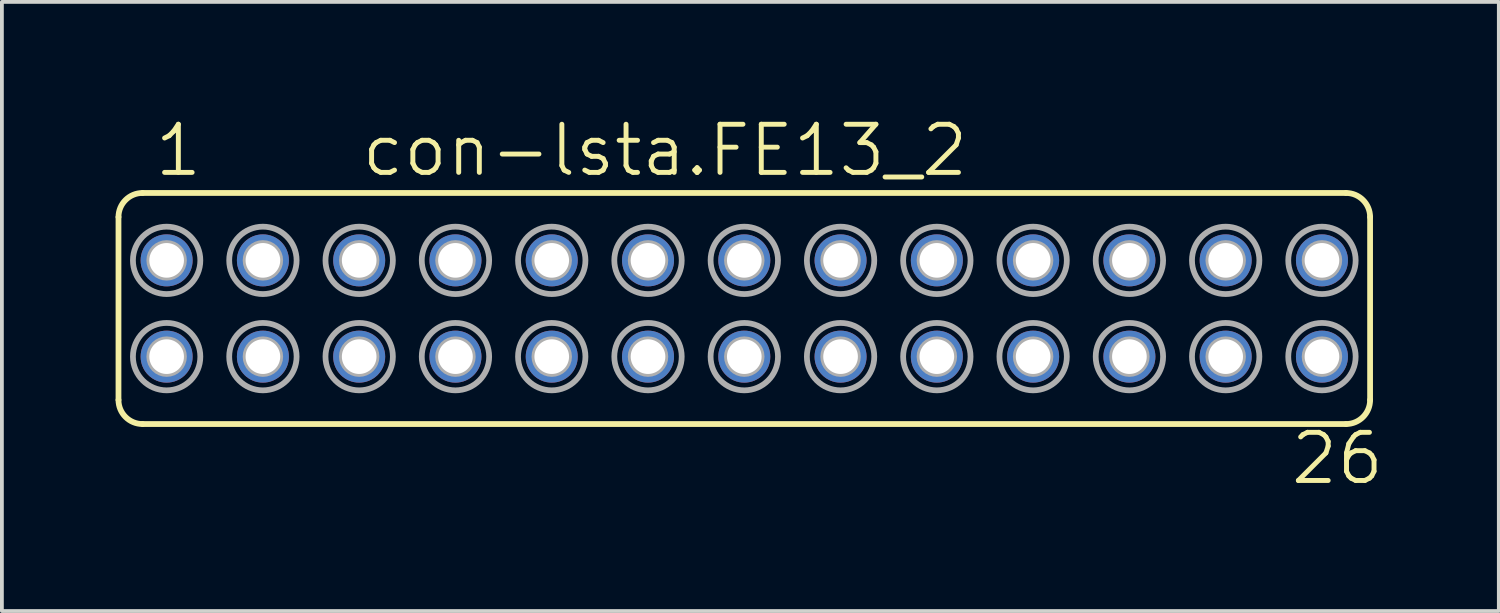
<source format=kicad_pcb>
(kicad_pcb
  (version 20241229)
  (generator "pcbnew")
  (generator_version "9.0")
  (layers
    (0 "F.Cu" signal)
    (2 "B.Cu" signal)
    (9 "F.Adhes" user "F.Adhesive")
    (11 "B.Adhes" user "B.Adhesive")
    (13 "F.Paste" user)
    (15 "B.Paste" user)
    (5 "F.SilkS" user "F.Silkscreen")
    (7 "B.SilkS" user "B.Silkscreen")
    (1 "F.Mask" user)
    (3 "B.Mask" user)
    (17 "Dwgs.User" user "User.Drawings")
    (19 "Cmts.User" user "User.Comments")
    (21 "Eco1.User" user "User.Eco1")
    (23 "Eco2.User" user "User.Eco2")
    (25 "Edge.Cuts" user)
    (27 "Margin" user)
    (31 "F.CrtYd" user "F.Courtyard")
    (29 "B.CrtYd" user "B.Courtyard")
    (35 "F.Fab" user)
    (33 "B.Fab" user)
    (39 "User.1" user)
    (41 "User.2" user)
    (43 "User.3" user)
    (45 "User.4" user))
  (footprint "con-lsta.FE13_2"
    (layer "F.Cu")
    (at 16.586 5.089)
    (property "Reference" "con-lsta.FE13_2" (at -10.16 -3.429 0) (layer "F.SilkS") (effects (font (size 1.27 1.27) (thickness 0.13)) (justify left bottom)))
    (attr through_hole)
    (fp_line (start -16.51 2.413) (end -16.51 -2.413) (stroke (width 0.152) (type default)) (layer "F.SilkS"))
    (fp_line (start -15.875 -3.048) (end 15.875 -3.048) (stroke (width 0.152) (type default)) (layer "F.SilkS"))
    (fp_line (start -15.875 3.048) (end 15.875 3.048) (stroke (width 0.152) (type default)) (layer "F.SilkS"))
    (fp_line (start 16.51 2.413) (end 16.51 -2.413) (stroke (width 0.152) (type default)) (layer "F.SilkS"))
    (fp_arc (start -16.51 -2.413) (mid -16.324013 -2.862013) (end -15.875 -3.048) (stroke (width 0.1524) (type default)) (layer "F.SilkS"))
    (fp_arc (start -15.875 3.048) (mid -16.324013 2.862013) (end -16.51 2.413) (stroke (width 0.1524) (type default)) (layer "F.SilkS"))
    (fp_arc (start 15.875 -3.048) (mid 16.324013 -2.862013) (end 16.51 -2.413) (stroke (width 0.1524) (type default)) (layer "F.SilkS"))
    (fp_arc (start 16.51 2.413) (mid 16.324013 2.862013) (end 15.875 3.048) (stroke (width 0.1524) (type default)) (layer "F.SilkS"))
    (fp_circle (center -15.24 -1.27) (end -15.113 -1.27) (stroke (width 0.406) (type default)) (fill no) (layer "F.Fab"))
    (fp_circle (center -15.24 -1.27) (end -14.351 -1.27) (stroke (width 0.152) (type default)) (fill no) (layer "F.Fab"))
    (fp_circle (center -15.24 1.27) (end -15.113 1.27) (stroke (width 0.406) (type default)) (fill no) (layer "F.Fab"))
    (fp_circle (center -15.24 1.27) (end -14.351 1.27) (stroke (width 0.152) (type default)) (fill no) (layer "F.Fab"))
    (fp_circle (center -12.7 -1.27) (end -12.573 -1.27) (stroke (width 0.406) (type default)) (fill no) (layer "F.Fab"))
    (fp_circle (center -12.7 -1.27) (end -11.811 -1.27) (stroke (width 0.152) (type default)) (fill no) (layer "F.Fab"))
    (fp_circle (center -12.7 1.27) (end -12.573 1.27) (stroke (width 0.406) (type default)) (fill no) (layer "F.Fab"))
    (fp_circle (center -12.7 1.27) (end -11.811 1.27) (stroke (width 0.152) (type default)) (fill no) (layer "F.Fab"))
    (fp_circle (center -10.16 -1.27) (end -10.033 -1.27) (stroke (width 0.406) (type default)) (fill no) (layer "F.Fab"))
    (fp_circle (center -10.16 -1.27) (end -9.271 -1.27) (stroke (width 0.152) (type default)) (fill no) (layer "F.Fab"))
    (fp_circle (center -10.16 1.27) (end -10.033 1.27) (stroke (width 0.406) (type default)) (fill no) (layer "F.Fab"))
    (fp_circle (center -10.16 1.27) (end -9.271 1.27) (stroke (width 0.152) (type default)) (fill no) (layer "F.Fab"))
    (fp_circle (center -7.62 -1.27) (end -7.493 -1.27) (stroke (width 0.406) (type default)) (fill no) (layer "F.Fab"))
    (fp_circle (center -7.62 -1.27) (end -6.731 -1.27) (stroke (width 0.152) (type default)) (fill no) (layer "F.Fab"))
    (fp_circle (center -7.62 1.27) (end -7.493 1.27) (stroke (width 0.406) (type default)) (fill no) (layer "F.Fab"))
    (fp_circle (center -7.62 1.27) (end -6.731 1.27) (stroke (width 0.152) (type default)) (fill no) (layer "F.Fab"))
    (fp_circle (center -5.08 -1.27) (end -4.953 -1.27) (stroke (width 0.406) (type default)) (fill no) (layer "F.Fab"))
    (fp_circle (center -5.08 -1.27) (end -4.191 -1.27) (stroke (width 0.152) (type default)) (fill no) (layer "F.Fab"))
    (fp_circle (center -5.08 1.27) (end -4.953 1.27) (stroke (width 0.406) (type default)) (fill no) (layer "F.Fab"))
    (fp_circle (center -5.08 1.27) (end -4.191 1.27) (stroke (width 0.152) (type default)) (fill no) (layer "F.Fab"))
    (fp_circle (center -2.54 -1.27) (end -2.413 -1.27) (stroke (width 0.406) (type default)) (fill no) (layer "F.Fab"))
    (fp_circle (center -2.54 -1.27) (end -1.651 -1.27) (stroke (width 0.152) (type default)) (fill no) (layer "F.Fab"))
    (fp_circle (center -2.54 1.27) (end -2.413 1.27) (stroke (width 0.406) (type default)) (fill no) (layer "F.Fab"))
    (fp_circle (center -2.54 1.27) (end -1.651 1.27) (stroke (width 0.152) (type default)) (fill no) (layer "F.Fab"))
    (fp_circle (center 0 -1.27) (end 0.127 -1.27) (stroke (width 0.406) (type default)) (fill no) (layer "F.Fab"))
    (fp_circle (center 0 -1.27) (end 0.889 -1.27) (stroke (width 0.152) (type default)) (fill no) (layer "F.Fab"))
    (fp_circle (center 0 1.27) (end 0.127 1.27) (stroke (width 0.406) (type default)) (fill no) (layer "F.Fab"))
    (fp_circle (center 0 1.27) (end 0.889 1.27) (stroke (width 0.152) (type default)) (fill no) (layer "F.Fab"))
    (fp_circle (center 2.54 -1.27) (end 2.667 -1.27) (stroke (width 0.406) (type default)) (fill no) (layer "F.Fab"))
    (fp_circle (center 2.54 -1.27) (end 3.429 -1.27) (stroke (width 0.152) (type default)) (fill no) (layer "F.Fab"))
    (fp_circle (center 2.54 1.27) (end 2.667 1.27) (stroke (width 0.406) (type default)) (fill no) (layer "F.Fab"))
    (fp_circle (center 2.54 1.27) (end 3.429 1.27) (stroke (width 0.152) (type default)) (fill no) (layer "F.Fab"))
    (fp_circle (center 5.08 -1.27) (end 5.207 -1.27) (stroke (width 0.406) (type default)) (fill no) (layer "F.Fab"))
    (fp_circle (center 5.08 -1.27) (end 5.969 -1.27) (stroke (width 0.152) (type default)) (fill no) (layer "F.Fab"))
    (fp_circle (center 5.08 1.27) (end 5.207 1.27) (stroke (width 0.406) (type default)) (fill no) (layer "F.Fab"))
    (fp_circle (center 5.08 1.27) (end 5.969 1.27) (stroke (width 0.152) (type default)) (fill no) (layer "F.Fab"))
    (fp_circle (center 7.62 -1.27) (end 7.747 -1.27) (stroke (width 0.406) (type default)) (fill no) (layer "F.Fab"))
    (fp_circle (center 7.62 -1.27) (end 8.509 -1.27) (stroke (width 0.152) (type default)) (fill no) (layer "F.Fab"))
    (fp_circle (center 7.62 1.27) (end 7.747 1.27) (stroke (width 0.406) (type default)) (fill no) (layer "F.Fab"))
    (fp_circle (center 7.62 1.27) (end 8.509 1.27) (stroke (width 0.152) (type default)) (fill no) (layer "F.Fab"))
    (fp_circle (center 10.16 -1.27) (end 10.287 -1.27) (stroke (width 0.406) (type default)) (fill no) (layer "F.Fab"))
    (fp_circle (center 10.16 -1.27) (end 11.049 -1.27) (stroke (width 0.152) (type default)) (fill no) (layer "F.Fab"))
    (fp_circle (center 10.16 1.27) (end 10.287 1.27) (stroke (width 0.406) (type default)) (fill no) (layer "F.Fab"))
    (fp_circle (center 10.16 1.27) (end 11.049 1.27) (stroke (width 0.152) (type default)) (fill no) (layer "F.Fab"))
    (fp_circle (center 12.7 -1.27) (end 12.827 -1.27) (stroke (width 0.406) (type default)) (fill no) (layer "F.Fab"))
    (fp_circle (center 12.7 -1.27) (end 13.589 -1.27) (stroke (width 0.152) (type default)) (fill no) (layer "F.Fab"))
    (fp_circle (center 12.7 1.27) (end 12.827 1.27) (stroke (width 0.406) (type default)) (fill no) (layer "F.Fab"))
    (fp_circle (center 12.7 1.27) (end 13.589 1.27) (stroke (width 0.152) (type default)) (fill no) (layer "F.Fab"))
    (fp_circle (center 15.24 -1.27) (end 15.367 -1.27) (stroke (width 0.406) (type default)) (fill no) (layer "F.Fab"))
    (fp_circle (center 15.24 -1.27) (end 16.129 -1.27) (stroke (width 0.152) (type default)) (fill no) (layer "F.Fab"))
    (fp_circle (center 15.24 1.27) (end 15.367 1.27) (stroke (width 0.406) (type default)) (fill no) (layer "F.Fab"))
    (fp_circle (center 15.24 1.27) (end 16.129 1.27) (stroke (width 0.152) (type default)) (fill no) (layer "F.Fab"))
    (fp_text user "26" (at 14.351 4.699 0) (layer "F.SilkS") (effects (font (size 1.27 1.27) (thickness 0.13)) (justify left bottom)))
    (fp_text user "1" (at -15.621 -3.429 0) (layer "F.SilkS") (effects (font (size 1.27 1.27) (thickness 0.13)) (justify left bottom)))
    (pad "1" thru_hole circle (at -15.24 -1.27) (size 1.372 1.372) (drill 0.914) (layers "*.Cu" "*.Mask"))
    (pad "2" thru_hole circle (at -15.24 1.27) (size 1.372 1.372) (drill 0.914) (layers "*.Cu" "*.Mask"))
    (pad "3" thru_hole circle (at -12.7 -1.27) (size 1.372 1.372) (drill 0.914) (layers "*.Cu" "*.Mask"))
    (pad "4" thru_hole circle (at -12.7 1.27) (size 1.372 1.372) (drill 0.914) (layers "*.Cu" "*.Mask"))
    (pad "5" thru_hole circle (at -10.16 -1.27) (size 1.372 1.372) (drill 0.914) (layers "*.Cu" "*.Mask"))
    (pad "6" thru_hole circle (at -10.16 1.27) (size 1.372 1.372) (drill 0.914) (layers "*.Cu" "*.Mask"))
    (pad "7" thru_hole circle (at -7.62 -1.27) (size 1.372 1.372) (drill 0.914) (layers "*.Cu" "*.Mask"))
    (pad "8" thru_hole circle (at -7.62 1.27) (size 1.372 1.372) (drill 0.914) (layers "*.Cu" "*.Mask"))
    (pad "9" thru_hole circle (at -5.08 -1.27) (size 1.372 1.372) (drill 0.914) (layers "*.Cu" "*.Mask"))
    (pad "10" thru_hole circle (at -5.08 1.27) (size 1.372 1.372) (drill 0.914) (layers "*.Cu" "*.Mask"))
    (pad "11" thru_hole circle (at -2.54 -1.27) (size 1.372 1.372) (drill 0.914) (layers "*.Cu" "*.Mask"))
    (pad "12" thru_hole circle (at -2.54 1.27) (size 1.372 1.372) (drill 0.914) (layers "*.Cu" "*.Mask"))
    (pad "13" thru_hole circle (at 0 -1.27) (size 1.372 1.372) (drill 0.914) (layers "*.Cu" "*.Mask"))
    (pad "14" thru_hole circle (at 0 1.27) (size 1.372 1.372) (drill 0.914) (layers "*.Cu" "*.Mask"))
    (pad "15" thru_hole circle (at 2.54 -1.27) (size 1.372 1.372) (drill 0.914) (layers "*.Cu" "*.Mask"))
    (pad "16" thru_hole circle (at 2.54 1.27) (size 1.372 1.372) (drill 0.914) (layers "*.Cu" "*.Mask"))
    (pad "17" thru_hole circle (at 5.08 -1.27) (size 1.372 1.372) (drill 0.914) (layers "*.Cu" "*.Mask"))
    (pad "18" thru_hole circle (at 5.08 1.27) (size 1.372 1.372) (drill 0.914) (layers "*.Cu" "*.Mask"))
    (pad "19" thru_hole circle (at 7.62 -1.27) (size 1.372 1.372) (drill 0.914) (layers "*.Cu" "*.Mask"))
    (pad "20" thru_hole circle (at 7.62 1.27) (size 1.372 1.372) (drill 0.914) (layers "*.Cu" "*.Mask"))
    (pad "21" thru_hole circle (at 10.16 -1.27) (size 1.372 1.372) (drill 0.914) (layers "*.Cu" "*.Mask"))
    (pad "22" thru_hole circle (at 10.16 1.27) (size 1.372 1.372) (drill 0.914) (layers "*.Cu" "*.Mask"))
    (pad "23" thru_hole circle (at 12.7 -1.27) (size 1.372 1.372) (drill 0.914) (layers "*.Cu" "*.Mask"))
    (pad "24" thru_hole circle (at 12.7 1.27) (size 1.372 1.372) (drill 0.914) (layers "*.Cu" "*.Mask"))
    (pad "25" thru_hole circle (at 15.24 -1.27) (size 1.372 1.372) (drill 0.914) (layers "*.Cu" "*.Mask"))
    (pad "26" thru_hole circle (at 15.24 1.27) (size 1.372 1.372) (drill 0.914) (layers "*.Cu" "*.Mask")))
  (gr_rect
    (start -3 -3)
    (end 36.492 13.07)
    (stroke (width 0.1) (type default))
    (fill no)
    (layer "Edge.Cuts")))
</source>
